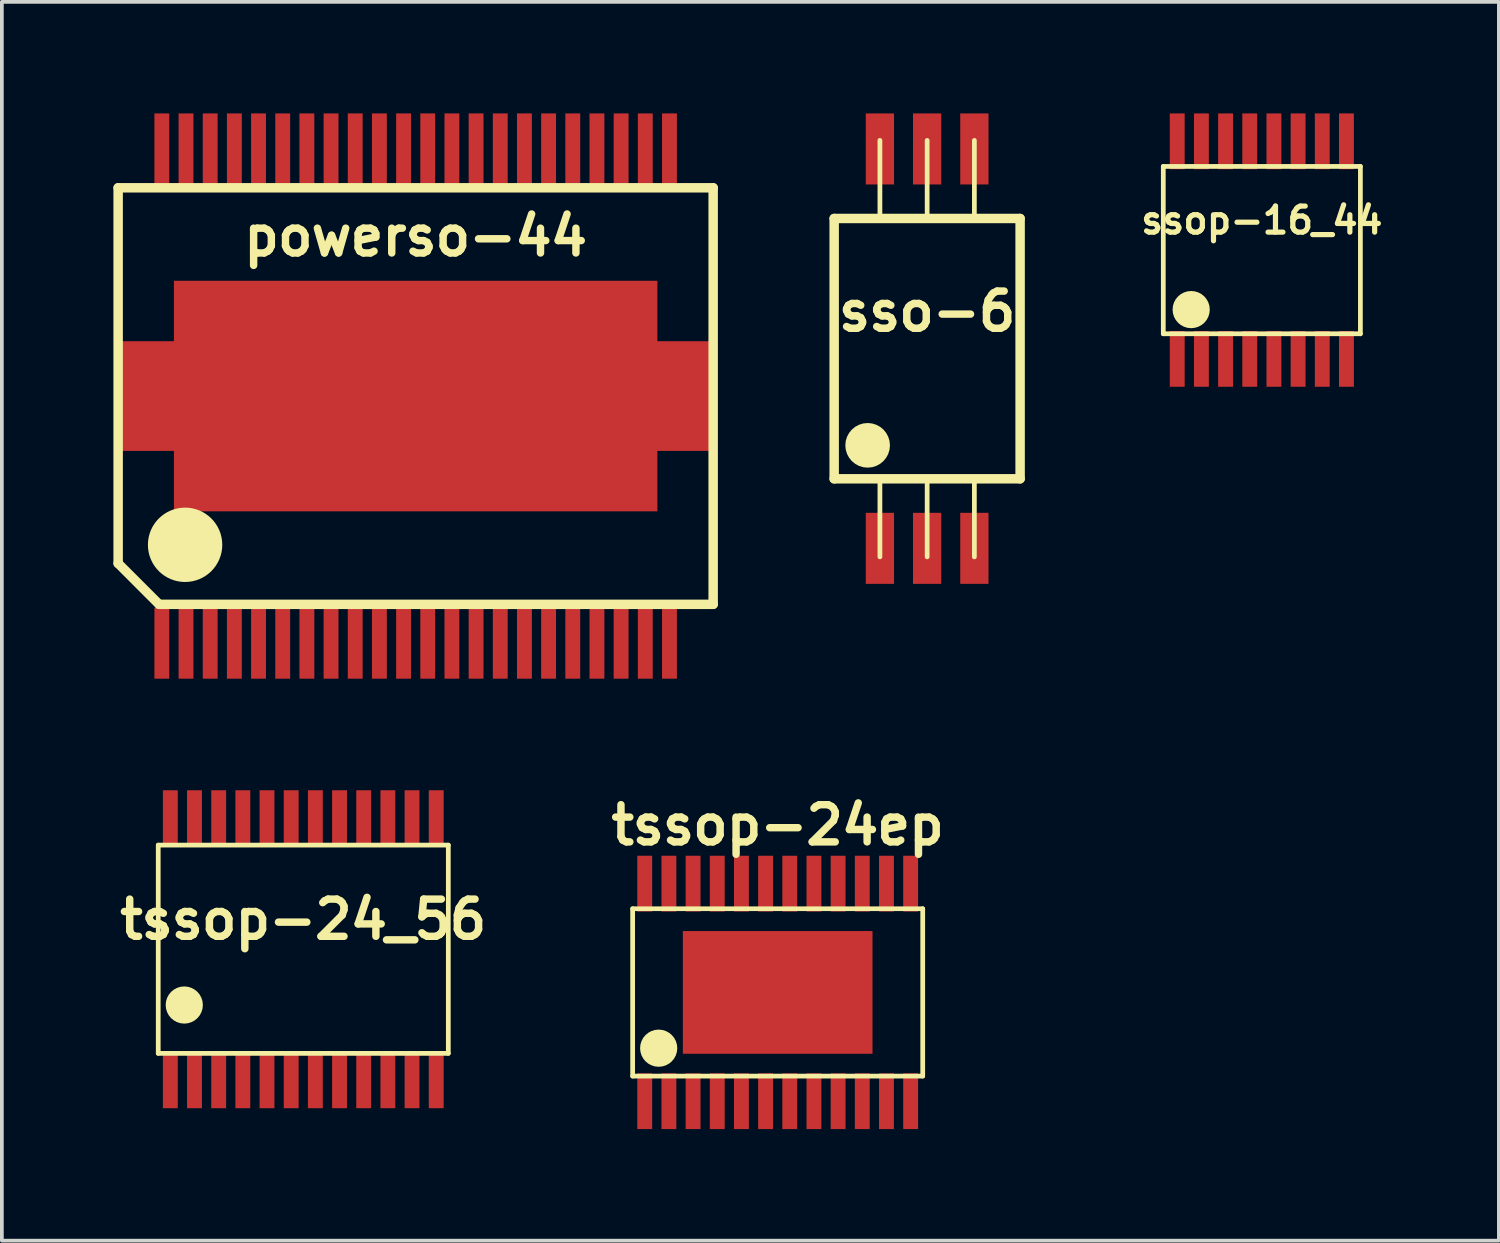
<source format=kicad_pcb>
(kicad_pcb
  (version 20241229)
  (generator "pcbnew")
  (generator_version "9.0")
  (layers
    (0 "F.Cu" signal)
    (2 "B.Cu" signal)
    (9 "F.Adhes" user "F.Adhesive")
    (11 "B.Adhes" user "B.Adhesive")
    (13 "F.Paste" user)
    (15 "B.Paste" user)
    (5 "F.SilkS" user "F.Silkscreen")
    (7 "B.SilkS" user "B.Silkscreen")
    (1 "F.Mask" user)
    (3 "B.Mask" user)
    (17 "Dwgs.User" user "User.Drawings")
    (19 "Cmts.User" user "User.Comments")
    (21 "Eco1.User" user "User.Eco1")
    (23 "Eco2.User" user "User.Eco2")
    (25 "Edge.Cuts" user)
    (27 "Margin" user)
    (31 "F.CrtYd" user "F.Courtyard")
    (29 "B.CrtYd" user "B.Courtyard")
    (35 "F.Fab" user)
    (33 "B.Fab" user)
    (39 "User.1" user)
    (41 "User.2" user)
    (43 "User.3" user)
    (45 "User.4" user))
  (footprint "powerso-44"
    (layer "F.Cu")
    (at 8.127 7.6)
    (property "Reference" "powerso-44" (at 0 -4.3 0) (layer "F.SilkS") (effects (font (size 1 1) (thickness 0.2))))
    (attr smd)
    (fp_line (start -8 -5.6) (end 8 -5.6) (stroke (width 0.254) (type solid)) (layer "F.SilkS"))
    (fp_line (start -8 4.5) (end -8 -5.6) (stroke (width 0.254) (type solid)) (layer "F.SilkS"))
    (fp_line (start -6.9 5.6) (end -8 4.5) (stroke (width 0.254) (type solid)) (layer "F.SilkS"))
    (fp_line (start -6.9 5.6) (end 8 5.6) (stroke (width 0.254) (type solid)) (layer "F.SilkS"))
    (fp_line (start 8 -5.6) (end 8 5.6) (stroke (width 0.254) (type solid)) (layer "F.SilkS"))
    (fp_circle (center -6.2 4) (end -5.7 4) (stroke (width 1) (type solid)) (fill no) (layer "F.SilkS"))
    (pad "" smd rect (at -7.2 0) (size 1.3 2.7) (layers "F.Paste"))
    (pad "" smd rect (at -5.2 -1.5) (size 2.3 2.8) (layers "F.Paste"))
    (pad "" smd rect (at -5.2 1.5) (size 2.3 2.8) (layers "F.Paste"))
    (pad "" smd rect (at -2.6 -1.5) (size 2.3 2.8) (layers "F.Paste"))
    (pad "" smd rect (at -2.6 1.5) (size 2.3 2.8) (layers "F.Paste"))
    (pad "" smd rect (at 0 -1.5) (size 2.3 2.8) (layers "F.Paste"))
    (pad "" smd rect (at 0 1.5) (size 2.3 2.8) (layers "F.Paste"))
    (pad "" smd rect (at 2.6 -1.5) (size 2.3 2.8) (layers "F.Paste"))
    (pad "" smd rect (at 2.6 1.5) (size 2.3 2.8) (layers "F.Paste"))
    (pad "" smd rect (at 5.2 -1.5) (size 2.3 2.8) (layers "F.Paste"))
    (pad "" smd rect (at 5.2 1.5) (size 2.3 2.8) (layers "F.Paste"))
    (pad "" smd rect (at 7.2 0) (size 1.3 2.7) (layers "F.Paste"))
    (pad "1" smd rect (at -6.825 6.65) (size 0.4 1.9) (layers "F.Cu" "F.Mask" "F.Paste"))
    (pad "2" smd rect (at -6.175 6.65) (size 0.4 1.9) (layers "F.Cu" "F.Mask" "F.Paste"))
    (pad "3" smd rect (at -5.525 6.65) (size 0.4 1.9) (layers "F.Cu" "F.Mask" "F.Paste"))
    (pad "4" smd rect (at -4.875 6.65) (size 0.4 1.9) (layers "F.Cu" "F.Mask" "F.Paste"))
    (pad "5" smd rect (at -4.225 6.65) (size 0.4 1.9) (layers "F.Cu" "F.Mask" "F.Paste"))
    (pad "6" smd rect (at -3.575 6.65) (size 0.4 1.9) (layers "F.Cu" "F.Mask" "F.Paste"))
    (pad "7" smd rect (at -2.925 6.65) (size 0.4 1.9) (layers "F.Cu" "F.Mask" "F.Paste"))
    (pad "8" smd rect (at -2.275 6.65) (size 0.4 1.9) (layers "F.Cu" "F.Mask" "F.Paste"))
    (pad "9" smd rect (at -1.625 6.65) (size 0.4 1.9) (layers "F.Cu" "F.Mask" "F.Paste"))
    (pad "10" smd rect (at -0.975 6.65) (size 0.4 1.9) (layers "F.Cu" "F.Mask" "F.Paste"))
    (pad "11" smd rect (at -0.325 6.65) (size 0.4 1.9) (layers "F.Cu" "F.Mask" "F.Paste"))
    (pad "12" smd rect (at 0.325 6.65) (size 0.4 1.9) (layers "F.Cu" "F.Mask" "F.Paste"))
    (pad "13" smd rect (at 0.975 6.65) (size 0.4 1.9) (layers "F.Cu" "F.Mask" "F.Paste"))
    (pad "14" smd rect (at 1.625 6.65) (size 0.4 1.9) (layers "F.Cu" "F.Mask" "F.Paste"))
    (pad "15" smd rect (at 2.275 6.65) (size 0.4 1.9) (layers "F.Cu" "F.Mask" "F.Paste"))
    (pad "16" smd rect (at 2.925 6.65) (size 0.4 1.9) (layers "F.Cu" "F.Mask" "F.Paste"))
    (pad "17" smd rect (at 3.575 6.65) (size 0.4 1.9) (layers "F.Cu" "F.Mask" "F.Paste"))
    (pad "18" smd rect (at 4.225 6.65) (size 0.4 1.9) (layers "F.Cu" "F.Mask" "F.Paste"))
    (pad "19" smd rect (at 4.875 6.65) (size 0.4 1.9) (layers "F.Cu" "F.Mask" "F.Paste"))
    (pad "20" smd rect (at 5.525 6.65) (size 0.4 1.9) (layers "F.Cu" "F.Mask" "F.Paste"))
    (pad "21" smd rect (at 6.175 6.65) (size 0.4 1.9) (layers "F.Cu" "F.Mask" "F.Paste"))
    (pad "22" smd rect (at 6.825 6.65) (size 0.4 1.9) (layers "F.Cu" "F.Mask" "F.Paste"))
    (pad "23" smd rect (at 6.825 -6.65) (size 0.4 1.9) (layers "F.Cu" "F.Mask" "F.Paste"))
    (pad "24" smd rect (at 6.175 -6.65) (size 0.4 1.9) (layers "F.Cu" "F.Mask" "F.Paste"))
    (pad "25" smd rect (at 5.525 -6.65) (size 0.4 1.9) (layers "F.Cu" "F.Mask" "F.Paste"))
    (pad "26" smd rect (at 4.875 -6.65) (size 0.4 1.9) (layers "F.Cu" "F.Mask" "F.Paste"))
    (pad "27" smd rect (at 4.225 -6.65) (size 0.4 1.9) (layers "F.Cu" "F.Mask" "F.Paste"))
    (pad "28" smd rect (at 3.575 -6.65) (size 0.4 1.9) (layers "F.Cu" "F.Mask" "F.Paste"))
    (pad "29" smd rect (at 2.925 -6.65) (size 0.4 1.9) (layers "F.Cu" "F.Mask" "F.Paste"))
    (pad "30" smd rect (at 2.275 -6.65) (size 0.4 1.9) (layers "F.Cu" "F.Mask" "F.Paste"))
    (pad "31" smd rect (at 1.625 -6.65) (size 0.4 1.9) (layers "F.Cu" "F.Mask" "F.Paste"))
    (pad "32" smd rect (at 0.975 -6.65) (size 0.4 1.9) (layers "F.Cu" "F.Mask" "F.Paste"))
    (pad "33" smd rect (at 0.325 -6.65) (size 0.4 1.9) (layers "F.Cu" "F.Mask" "F.Paste"))
    (pad "34" smd rect (at -0.325 -6.65) (size 0.4 1.9) (layers "F.Cu" "F.Mask" "F.Paste"))
    (pad "35" smd rect (at -0.975 -6.65) (size 0.4 1.9) (layers "F.Cu" "F.Mask" "F.Paste"))
    (pad "36" smd rect (at -1.625 -6.65) (size 0.4 1.9) (layers "F.Cu" "F.Mask" "F.Paste"))
    (pad "37" smd rect (at -2.275 -6.65) (size 0.4 1.9) (layers "F.Cu" "F.Mask" "F.Paste"))
    (pad "38" smd rect (at -2.925 -6.65) (size 0.4 1.9) (layers "F.Cu" "F.Mask" "F.Paste"))
    (pad "39" smd rect (at -3.575 -6.65) (size 0.4 1.9) (layers "F.Cu" "F.Mask" "F.Paste"))
    (pad "40" smd rect (at -4.225 -6.65) (size 0.4 1.9) (layers "F.Cu" "F.Mask" "F.Paste"))
    (pad "41" smd rect (at -4.875 -6.65) (size 0.4 1.9) (layers "F.Cu" "F.Mask" "F.Paste"))
    (pad "42" smd rect (at -5.525 -6.65) (size 0.4 1.9) (layers "F.Cu" "F.Mask" "F.Paste"))
    (pad "43" smd rect (at -6.175 -6.65) (size 0.4 1.9) (layers "F.Cu" "F.Mask" "F.Paste"))
    (pad "44" smd rect (at -6.825 -6.65) (size 0.4 1.9) (layers "F.Cu" "F.Mask" "F.Paste"))
    (pad "45" smd rect (at 0 0) (size 13 6.2) (layers "F.Cu" "F.Mask"))
    (pad "45" smd rect (at 0 0) (size 16 2.95) (layers "F.Cu" "F.Mask")))
  (footprint "ssop-16_44"
    (layer "F.Cu")
    (at 30.881 3.675)
    (property "Reference" "ssop-16_44" (at 0 -0.8 0) (layer "F.SilkS") (effects (font (size 0.7 0.7) (thickness 0.14))))
    (attr smd)
    (fp_line (start -2.65 -2.25) (end 2.65 -2.25) (stroke (width 0.127) (type solid)) (layer "F.SilkS"))
    (fp_line (start -2.65 2.25) (end -2.65 -2.25) (stroke (width 0.127) (type solid)) (layer "F.SilkS"))
    (fp_line (start 2.65 -2.25) (end 2.65 2.25) (stroke (width 0.127) (type solid)) (layer "F.SilkS"))
    (fp_line (start 2.65 2.25) (end -2.65 2.25) (stroke (width 0.127) (type solid)) (layer "F.SilkS"))
    (fp_circle (center -1.9 1.6) (end -1.65 1.6) (stroke (width 0.5) (type solid)) (fill no) (layer "F.SilkS"))
    (pad "1" smd rect (at -2.275 2.925) (size 0.4 1.5) (layers "F.Cu" "F.Mask" "F.Paste"))
    (pad "2" smd rect (at -1.625 2.925) (size 0.4 1.5) (layers "F.Cu" "F.Mask" "F.Paste"))
    (pad "3" smd rect (at -0.975 2.925) (size 0.4 1.5) (layers "F.Cu" "F.Mask" "F.Paste"))
    (pad "4" smd rect (at -0.325 2.925) (size 0.4 1.5) (layers "F.Cu" "F.Mask" "F.Paste"))
    (pad "5" smd rect (at 0.325 2.925) (size 0.4 1.5) (layers "F.Cu" "F.Mask" "F.Paste"))
    (pad "6" smd rect (at 0.975 2.925) (size 0.4 1.5) (layers "F.Cu" "F.Mask" "F.Paste"))
    (pad "7" smd rect (at 1.625 2.925) (size 0.4 1.5) (layers "F.Cu" "F.Mask" "F.Paste"))
    (pad "8" smd rect (at 2.275 2.925) (size 0.4 1.5) (layers "F.Cu" "F.Mask" "F.Paste"))
    (pad "9" smd rect (at 2.275 -2.925) (size 0.4 1.5) (layers "F.Cu" "F.Mask" "F.Paste"))
    (pad "10" smd rect (at 1.625 -2.925) (size 0.4 1.5) (layers "F.Cu" "F.Mask" "F.Paste"))
    (pad "11" smd rect (at 0.975 -2.925) (size 0.4 1.5) (layers "F.Cu" "F.Mask" "F.Paste"))
    (pad "12" smd rect (at 0.325 -2.925) (size 0.4 1.5) (layers "F.Cu" "F.Mask" "F.Paste"))
    (pad "13" smd rect (at -0.325 -2.925) (size 0.4 1.5) (layers "F.Cu" "F.Mask" "F.Paste"))
    (pad "14" smd rect (at -0.975 -2.925) (size 0.4 1.5) (layers "F.Cu" "F.Mask" "F.Paste"))
    (pad "15" smd rect (at -1.625 -2.925) (size 0.4 1.5) (layers "F.Cu" "F.Mask" "F.Paste"))
    (pad "16" smd rect (at -2.275 -2.925) (size 0.4 1.5) (layers "F.Cu" "F.Mask" "F.Paste")))
  (footprint "sso-6"
    (layer "F.Cu")
    (at 21.881 6.325)
    (property "Reference" "sso-6" (at 0 -1 0) (layer "F.SilkS") (effects (font (size 1 1) (thickness 0.2) (bold yes))))
    (attr smd)
    (fp_line (start -2.5 -3.5) (end -2.5 3.5) (stroke (width 0.254) (type solid)) (layer "F.SilkS"))
    (fp_line (start -2.5 3.5) (end 2.5 3.5) (stroke (width 0.254) (type solid)) (layer "F.SilkS"))
    (fp_line (start -1.27 -5.6) (end -1.27 -3.5) (stroke (width 0.127) (type solid)) (layer "F.SilkS"))
    (fp_line (start -1.27 5.6) (end -1.27 3.5) (stroke (width 0.127) (type solid)) (layer "F.SilkS"))
    (fp_line (start 0 -5.6) (end 0 -3.5) (stroke (width 0.127) (type solid)) (layer "F.SilkS"))
    (fp_line (start 0 5.6) (end 0 3.5) (stroke (width 0.127) (type solid)) (layer "F.SilkS"))
    (fp_line (start 1.27 -5.6) (end 1.27 -3.5) (stroke (width 0.127) (type solid)) (layer "F.SilkS"))
    (fp_line (start 1.27 5.6) (end 1.27 3.5) (stroke (width 0.127) (type solid)) (layer "F.SilkS"))
    (fp_line (start 2.5 -3.5) (end -2.5 -3.5) (stroke (width 0.254) (type solid)) (layer "F.SilkS"))
    (fp_line (start 2.5 3.5) (end 2.5 -3.5) (stroke (width 0.254) (type solid)) (layer "F.SilkS"))
    (fp_circle (center -1.6 2.6) (end -1.3 2.6) (stroke (width 0.6) (type solid)) (fill no) (layer "F.SilkS"))
    (pad "1" smd rect (at -1.27 5.37) (size 0.76 1.91) (layers "F.Cu" "F.Mask" "F.Paste"))
    (pad "2" smd rect (at 0 5.37) (size 0.76 1.91) (layers "F.Cu" "F.Mask" "F.Paste"))
    (pad "3" smd rect (at 1.27 5.37) (size 0.76 1.91) (layers "F.Cu" "F.Mask" "F.Paste"))
    (pad "4" smd rect (at 1.27 -5.37) (size 0.76 1.91) (layers "F.Cu" "F.Mask" "F.Paste"))
    (pad "5" smd rect (at 0 -5.37) (size 0.76 1.91) (layers "F.Cu" "F.Mask" "F.Paste"))
    (pad "6" smd rect (at -1.27 -5.37) (size 0.76 1.91) (layers "F.Cu" "F.Mask" "F.Paste")))
  (footprint "tssop-24ep"
    (layer "F.Cu")
    (at 17.862 23.636)
    (property "Reference" "tssop-24ep" (at 0 -4.5 0) (layer "F.SilkS") (effects (font (size 1 1) (thickness 0.2))))
    (attr smd)
    (fp_line (start -3.9 -2.25) (end -3.9 2.25) (stroke (width 0.127) (type solid)) (layer "F.SilkS"))
    (fp_line (start -3.9 2.25) (end 3.9 2.25) (stroke (width 0.127) (type solid)) (layer "F.SilkS"))
    (fp_line (start 3.9 -2.25) (end -3.9 -2.25) (stroke (width 0.127) (type solid)) (layer "F.SilkS"))
    (fp_line (start 3.9 2.25) (end 3.9 -2.25) (stroke (width 0.127) (type solid)) (layer "F.SilkS"))
    (fp_circle (center -3.2 1.5) (end -2.95 1.5) (stroke (width 0.5) (type solid)) (fill no) (layer "F.SilkS"))
    (pad "" smd rect (at -1.7 -0.8) (size 1.5 1.5) (layers "F.Paste"))
    (pad "" smd rect (at -1.7 0.8) (size 1.5 1.5) (layers "F.Paste"))
    (pad "" smd rect (at 0 -0.8) (size 1.6 1.5) (layers "F.Paste"))
    (pad "" smd rect (at 0 0.8) (size 1.6 1.5) (layers "F.Paste"))
    (pad "" smd rect (at 1.7 -0.8) (size 1.5 1.5) (layers "F.Paste"))
    (pad "" smd rect (at 1.7 0.8) (size 1.5 1.5) (layers "F.Paste"))
    (pad "1" smd rect (at -3.575 2.925) (size 0.4 1.5) (layers "F.Cu" "F.Mask" "F.Paste"))
    (pad "2" smd rect (at -2.925 2.925) (size 0.4 1.5) (layers "F.Cu" "F.Mask" "F.Paste"))
    (pad "3" smd rect (at -2.275 2.925) (size 0.4 1.5) (layers "F.Cu" "F.Mask" "F.Paste"))
    (pad "4" smd rect (at -1.625 2.925) (size 0.4 1.5) (layers "F.Cu" "F.Mask" "F.Paste"))
    (pad "5" smd rect (at -0.975 2.925) (size 0.4 1.5) (layers "F.Cu" "F.Mask" "F.Paste"))
    (pad "6" smd rect (at -0.325 2.925) (size 0.4 1.5) (layers "F.Cu" "F.Mask" "F.Paste"))
    (pad "7" smd rect (at 0.325 2.925) (size 0.4 1.5) (layers "F.Cu" "F.Mask" "F.Paste"))
    (pad "8" smd rect (at 0.975 2.925) (size 0.4 1.5) (layers "F.Cu" "F.Mask" "F.Paste"))
    (pad "9" smd rect (at 1.625 2.925) (size 0.4 1.5) (layers "F.Cu" "F.Mask" "F.Paste"))
    (pad "10" smd rect (at 2.275 2.925) (size 0.4 1.5) (layers "F.Cu" "F.Mask" "F.Paste"))
    (pad "11" smd rect (at 2.925 2.925) (size 0.4 1.5) (layers "F.Cu" "F.Mask" "F.Paste"))
    (pad "12" smd rect (at 3.575 2.925) (size 0.4 1.5) (layers "F.Cu" "F.Mask" "F.Paste"))
    (pad "13" smd rect (at 3.575 -2.925) (size 0.4 1.5) (layers "F.Cu" "F.Mask" "F.Paste"))
    (pad "14" smd rect (at 2.925 -2.925) (size 0.4 1.5) (layers "F.Cu" "F.Mask" "F.Paste"))
    (pad "15" smd rect (at 2.275 -2.925) (size 0.4 1.5) (layers "F.Cu" "F.Mask" "F.Paste"))
    (pad "16" smd rect (at 1.625 -2.925) (size 0.4 1.5) (layers "F.Cu" "F.Mask" "F.Paste"))
    (pad "17" smd rect (at 0.975 -2.925) (size 0.4 1.5) (layers "F.Cu" "F.Mask" "F.Paste"))
    (pad "18" smd rect (at 0.325 -2.925) (size 0.4 1.5) (layers "F.Cu" "F.Mask" "F.Paste"))
    (pad "19" smd rect (at -0.325 -2.925) (size 0.4 1.5) (layers "F.Cu" "F.Mask" "F.Paste"))
    (pad "20" smd rect (at -0.975 -2.925) (size 0.4 1.5) (layers "F.Cu" "F.Mask" "F.Paste"))
    (pad "21" smd rect (at -1.625 -2.925) (size 0.4 1.5) (layers "F.Cu" "F.Mask" "F.Paste"))
    (pad "22" smd rect (at -2.275 -2.925) (size 0.4 1.5) (layers "F.Cu" "F.Mask" "F.Paste"))
    (pad "23" smd rect (at -2.925 -2.925) (size 0.4 1.5) (layers "F.Cu" "F.Mask" "F.Paste"))
    (pad "24" smd rect (at -3.575 -2.925) (size 0.4 1.5) (layers "F.Cu" "F.Mask" "F.Paste"))
    (pad "25" smd rect (at 0 0) (size 5.1 3.3) (layers "F.Cu" "F.Mask")))
  (footprint "tssop-24_56"
    (layer "F.Cu")
    (at 5.105 22.475)
    (property "Reference" "tssop-24_56" (at 0 -0.8 0) (layer "F.SilkS") (effects (font (size 1 1) (thickness 0.2))))
    (attr smd)
    (fp_line (start -3.9 -2.8) (end -3.9 2.8) (stroke (width 0.127) (type solid)) (layer "F.SilkS"))
    (fp_line (start -3.9 2.8) (end 3.9 2.8) (stroke (width 0.127) (type solid)) (layer "F.SilkS"))
    (fp_line (start 3.9 -2.8) (end -3.9 -2.8) (stroke (width 0.127) (type solid)) (layer "F.SilkS"))
    (fp_line (start 3.9 2.8) (end 3.9 -2.8) (stroke (width 0.127) (type solid)) (layer "F.SilkS"))
    (fp_circle (center -3.2 1.5) (end -2.95 1.5) (stroke (width 0.5) (type solid)) (fill no) (layer "F.SilkS"))
    (pad "1" smd rect (at -3.575 3.525) (size 0.4 1.5) (layers "F.Cu" "F.Mask" "F.Paste"))
    (pad "2" smd rect (at -2.925 3.525) (size 0.4 1.5) (layers "F.Cu" "F.Mask" "F.Paste"))
    (pad "3" smd rect (at -2.275 3.525) (size 0.4 1.5) (layers "F.Cu" "F.Mask" "F.Paste"))
    (pad "4" smd rect (at -1.625 3.525) (size 0.4 1.5) (layers "F.Cu" "F.Mask" "F.Paste"))
    (pad "5" smd rect (at -0.975 3.525) (size 0.4 1.5) (layers "F.Cu" "F.Mask" "F.Paste"))
    (pad "6" smd rect (at -0.325 3.525) (size 0.4 1.5) (layers "F.Cu" "F.Mask" "F.Paste"))
    (pad "7" smd rect (at 0.325 3.525) (size 0.4 1.5) (layers "F.Cu" "F.Mask" "F.Paste"))
    (pad "8" smd rect (at 0.975 3.525) (size 0.4 1.5) (layers "F.Cu" "F.Mask" "F.Paste"))
    (pad "9" smd rect (at 1.625 3.525) (size 0.4 1.5) (layers "F.Cu" "F.Mask" "F.Paste"))
    (pad "10" smd rect (at 2.275 3.525) (size 0.4 1.5) (layers "F.Cu" "F.Mask" "F.Paste"))
    (pad "11" smd rect (at 2.925 3.525) (size 0.4 1.5) (layers "F.Cu" "F.Mask" "F.Paste"))
    (pad "12" smd rect (at 3.575 3.525) (size 0.4 1.5) (layers "F.Cu" "F.Mask" "F.Paste"))
    (pad "13" smd rect (at 3.575 -3.525) (size 0.4 1.5) (layers "F.Cu" "F.Mask" "F.Paste"))
    (pad "14" smd rect (at 2.925 -3.525) (size 0.4 1.5) (layers "F.Cu" "F.Mask" "F.Paste"))
    (pad "15" smd rect (at 2.275 -3.525) (size 0.4 1.5) (layers "F.Cu" "F.Mask" "F.Paste"))
    (pad "16" smd rect (at 1.625 -3.525) (size 0.4 1.5) (layers "F.Cu" "F.Mask" "F.Paste"))
    (pad "17" smd rect (at 0.975 -3.525) (size 0.4 1.5) (layers "F.Cu" "F.Mask" "F.Paste"))
    (pad "18" smd rect (at 0.325 -3.525) (size 0.4 1.5) (layers "F.Cu" "F.Mask" "F.Paste"))
    (pad "19" smd rect (at -0.325 -3.525) (size 0.4 1.5) (layers "F.Cu" "F.Mask" "F.Paste"))
    (pad "20" smd rect (at -0.975 -3.525) (size 0.4 1.5) (layers "F.Cu" "F.Mask" "F.Paste"))
    (pad "21" smd rect (at -1.625 -3.525) (size 0.4 1.5) (layers "F.Cu" "F.Mask" "F.Paste"))
    (pad "22" smd rect (at -2.275 -3.525) (size 0.4 1.5) (layers "F.Cu" "F.Mask" "F.Paste"))
    (pad "23" smd rect (at -2.925 -3.525) (size 0.4 1.5) (layers "F.Cu" "F.Mask" "F.Paste"))
    (pad "24" smd rect (at -3.575 -3.525) (size 0.4 1.5) (layers "F.Cu" "F.Mask" "F.Paste")))
  (gr_rect
    (start -3 -3)
    (end 37.255 30.311)
    (stroke (width 0.1) (type default))
    (fill no)
    (layer "Edge.Cuts")))
</source>
